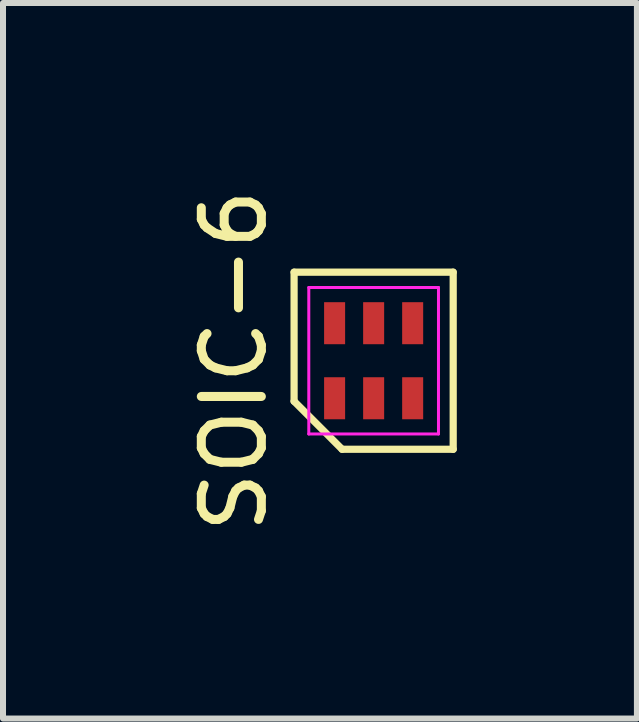
<source format=kicad_pcb>
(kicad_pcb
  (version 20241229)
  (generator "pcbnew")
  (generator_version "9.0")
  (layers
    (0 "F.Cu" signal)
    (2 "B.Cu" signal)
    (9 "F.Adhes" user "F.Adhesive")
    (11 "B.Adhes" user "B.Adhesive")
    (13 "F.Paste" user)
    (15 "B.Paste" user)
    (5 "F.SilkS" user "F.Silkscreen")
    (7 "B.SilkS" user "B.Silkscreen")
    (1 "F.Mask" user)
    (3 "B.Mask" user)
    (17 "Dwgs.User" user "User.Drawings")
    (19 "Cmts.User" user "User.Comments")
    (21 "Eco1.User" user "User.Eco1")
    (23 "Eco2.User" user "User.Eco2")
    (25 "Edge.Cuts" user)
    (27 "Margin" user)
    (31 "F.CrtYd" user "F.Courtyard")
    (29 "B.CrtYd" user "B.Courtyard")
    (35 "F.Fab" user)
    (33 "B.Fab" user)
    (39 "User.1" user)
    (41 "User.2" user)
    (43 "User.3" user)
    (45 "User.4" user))
  (footprint "SOIC-6"
    (layer "F.Cu")
    (at 3.173 2.958)
    (property "Reference" "SOIC-6" (at -2.325 0 90) (layer "F.SilkS") (effects (font (size 1 1) (thickness 0.15))))
    (attr through_hole)
    (fp_line (start -1.325 -1.475) (end 1.325 -1.475) (stroke (width 0.12) (type solid)) (layer "F.SilkS"))
    (fp_line (start -1.325 0.675) (end -1.325 -1.475) (stroke (width 0.12) (type solid)) (layer "F.SilkS"))
    (fp_line (start -0.525 1.475) (end -1.325 0.675) (stroke (width 0.12) (type solid)) (layer "F.SilkS"))
    (fp_line (start 1.325 -1.475) (end 1.325 1.475) (stroke (width 0.12) (type solid)) (layer "F.SilkS"))
    (fp_line (start 1.325 1.475) (end -0.525 1.475) (stroke (width 0.12) (type solid)) (layer "F.SilkS"))
    (fp_line (start -1.08 -1.22) (end 1.08 -1.22) (stroke (width 0.05) (type solid)) (layer "F.CrtYd"))
    (fp_line (start -1.08 1.22) (end -1.08 -1.22) (stroke (width 0.05) (type solid)) (layer "F.CrtYd"))
    (fp_line (start 1.08 -1.22) (end 1.08 1.22) (stroke (width 0.05) (type solid)) (layer "F.CrtYd"))
    (fp_line (start 1.08 1.22) (end -1.08 1.22) (stroke (width 0.05) (type solid)) (layer "F.CrtYd"))
    (pad "1" smd rect (at -0.65 0.625) (size 0.35 0.7) (layers "F.Cu" "F.Mask" "F.Paste"))
    (pad "2" smd rect (at 0 0.625) (size 0.35 0.7) (layers "F.Cu" "F.Mask" "F.Paste"))
    (pad "3" smd rect (at 0.65 0.625) (size 0.35 0.7) (layers "F.Cu" "F.Mask" "F.Paste"))
    (pad "4" smd rect (at 0.65 -0.625) (size 0.35 0.7) (layers "F.Cu" "F.Mask" "F.Paste"))
    (pad "5" smd rect (at 0 -0.625) (size 0.35 0.7) (layers "F.Cu" "F.Mask" "F.Paste"))
    (pad "6" smd rect (at -0.65 -0.625) (size 0.35 0.7) (layers "F.Cu" "F.Mask" "F.Paste"))
    (zone (net_name "") (layer "F.Cu") (hatch edge 0.508) (connect_pads) (min_thickness 0.254) (filled_areas_thickness no) (keepout (tracks allowed) (vias allowed) (pads allowed) (copperpour not_allowed) (footprints allowed)) (placement (enabled no)) (fill) (polygon (pts (xy 2.198 1.833) (xy 2.998 1.833) (xy 2.998 4.083) (xy 2.198 4.083))))
    (zone (net_name "") (layer "F.Cu") (hatch edge 0.508) (connect_pads) (min_thickness 0.254) (filled_areas_thickness no) (keepout (tracks allowed) (vias allowed) (pads allowed) (copperpour not_allowed) (footprints allowed)) (placement (enabled no)) (fill) (polygon (pts (xy 4.148 4.083) (xy 3.348 4.083) (xy 3.348 1.833) (xy 4.148 1.833)))))
  (gr_rect
    (start -3 -3)
    (end 7.558 8.917)
    (stroke (width 0.1) (type default))
    (fill no)
    (layer "Edge.Cuts")))
</source>
